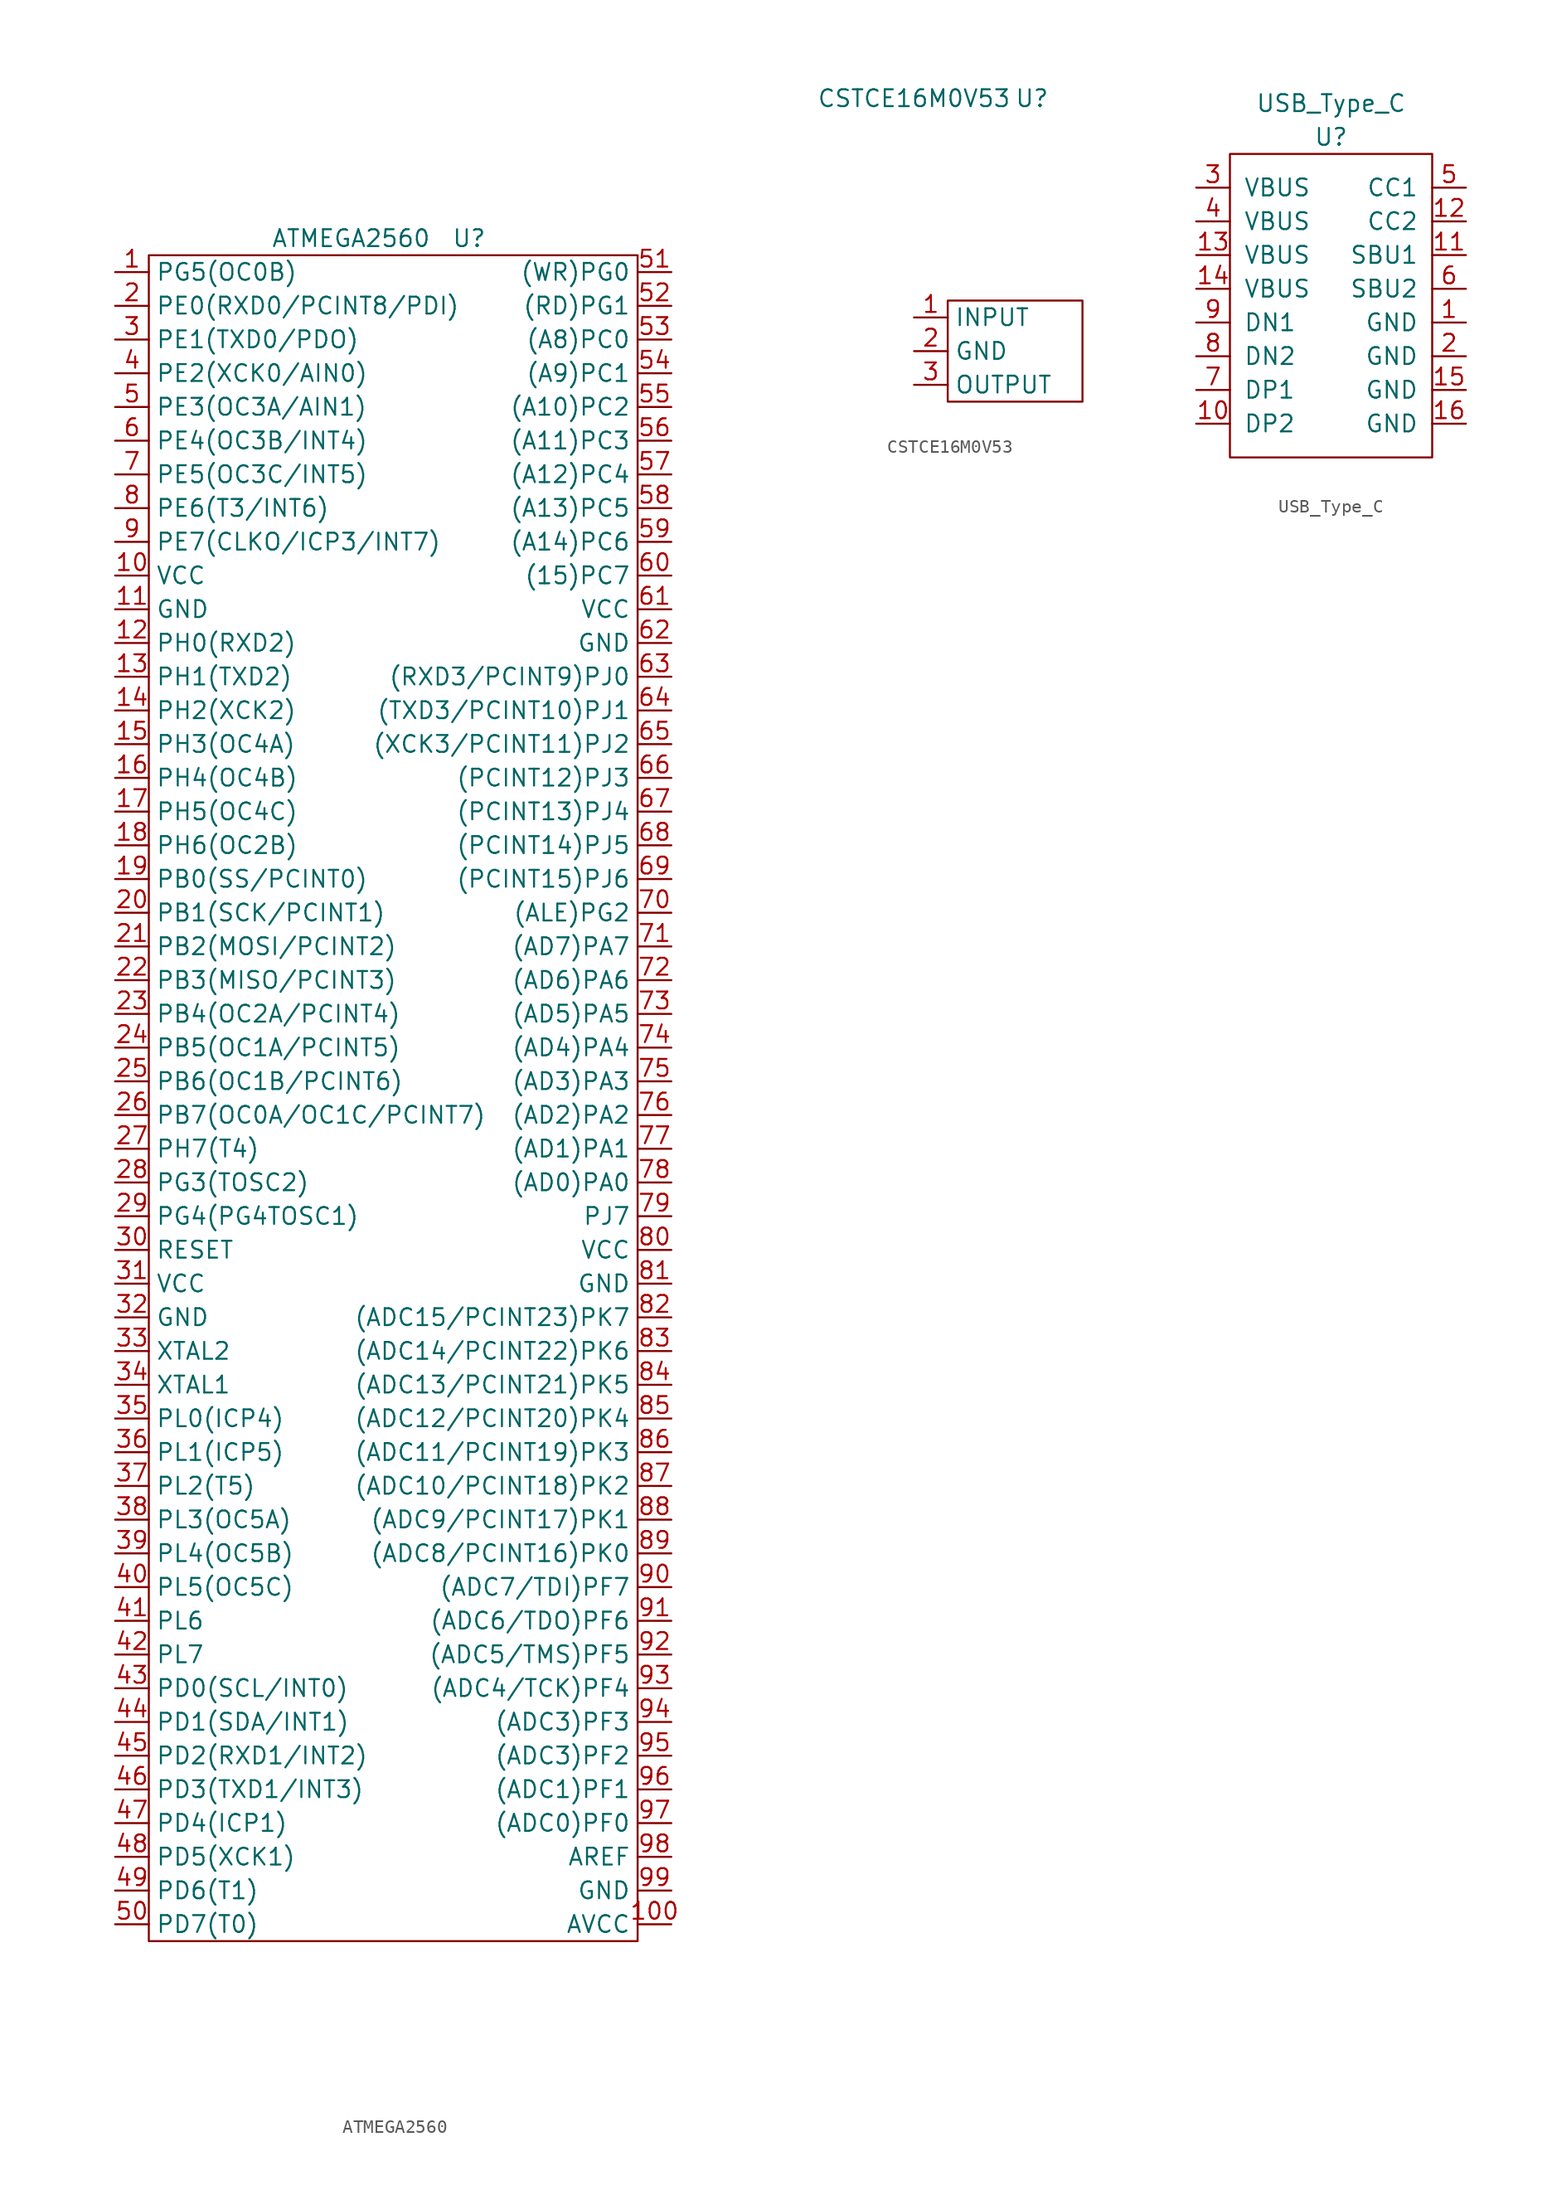
<source format=kicad_sym>
(kicad_symbol_lib
  (version 20211014)
  (generator kicad_symbol_editor)
  (symbol "ATMEGA2560"
    (property "Reference" "U"
      (at 6.35 64.77 0)
      (effects (font (size 1.27 1.27))))
    (property "Value" "ATMEGA2560"
      (at -2.54 64.77 0)
      (effects (font (size 1.27 1.27))))
    (symbol "ATMEGA2560_0_1"
      (rectangle (start -17.78 63.5) (end 19.05 -63.5) (stroke (width 0.152) (type default) (color 0 0 0 0)) (fill (type none))))
    (symbol "ATMEGA2560_1_1"
      (pin passive line (at -20.32 62.23 0) (length 2.54) (name "PG5(OC0B)" (effects (font (size 1.27 1.27)))) (number "1" (effects (font (size 1.27 1.27)))))
      (pin passive line (at -20.32 39.37 0) (length 2.54) (name "VCC" (effects (font (size 1.27 1.27)))) (number "10" (effects (font (size 1.27 1.27)))))
      (pin passive line (at 21.59 -62.23 180) (length 2.54) (name "AVCC" (effects (font (size 1.27 1.27)))) (number "100" (effects (font (size 1.27 1.27)))))
      (pin passive line (at -20.32 36.83 0) (length 2.54) (name "GND" (effects (font (size 1.27 1.27)))) (number "11" (effects (font (size 1.27 1.27)))))
      (pin passive line (at -20.32 34.29 0) (length 2.54) (name "PH0(RXD2)" (effects (font (size 1.27 1.27)))) (number "12" (effects (font (size 1.27 1.27)))))
      (pin passive line (at -20.32 31.75 0) (length 2.54) (name "PH1(TXD2)" (effects (font (size 1.27 1.27)))) (number "13" (effects (font (size 1.27 1.27)))))
      (pin passive line (at -20.32 29.21 0) (length 2.54) (name "PH2(XCK2)" (effects (font (size 1.27 1.27)))) (number "14" (effects (font (size 1.27 1.27)))))
      (pin passive line (at -20.32 26.67 0) (length 2.54) (name "PH3(OC4A)" (effects (font (size 1.27 1.27)))) (number "15" (effects (font (size 1.27 1.27)))))
      (pin passive line (at -20.32 24.13 0) (length 2.54) (name "PH4(OC4B)" (effects (font (size 1.27 1.27)))) (number "16" (effects (font (size 1.27 1.27)))))
      (pin passive line (at -20.32 21.59 0) (length 2.54) (name "PH5(OC4C)" (effects (font (size 1.27 1.27)))) (number "17" (effects (font (size 1.27 1.27)))))
      (pin passive line (at -20.32 19.05 0) (length 2.54) (name "PH6(OC2B)" (effects (font (size 1.27 1.27)))) (number "18" (effects (font (size 1.27 1.27)))))
      (pin passive line (at -20.32 16.51 0) (length 2.54) (name "PB0(SS/PCINT0)" (effects (font (size 1.27 1.27)))) (number "19" (effects (font (size 1.27 1.27)))))
      (pin passive line (at -20.32 59.69 0) (length 2.54) (name "PE0(RXD0/PCINT8/PDI)" (effects (font (size 1.27 1.27)))) (number "2" (effects (font (size 1.27 1.27)))))
      (pin passive line (at -20.32 13.97 0) (length 2.54) (name "PB1(SCK/PCINT1)" (effects (font (size 1.27 1.27)))) (number "20" (effects (font (size 1.27 1.27)))))
      (pin passive line (at -20.32 11.43 0) (length 2.54) (name "PB2(MOSI/PCINT2)" (effects (font (size 1.27 1.27)))) (number "21" (effects (font (size 1.27 1.27)))))
      (pin passive line (at -20.32 8.89 0) (length 2.54) (name "PB3(MISO/PCINT3)" (effects (font (size 1.27 1.27)))) (number "22" (effects (font (size 1.27 1.27)))))
      (pin passive line (at -20.32 6.35 0) (length 2.54) (name "PB4(OC2A/PCINT4)" (effects (font (size 1.27 1.27)))) (number "23" (effects (font (size 1.27 1.27)))))
      (pin passive line (at -20.32 3.81 0) (length 2.54) (name "PB5(OC1A/PCINT5)" (effects (font (size 1.27 1.27)))) (number "24" (effects (font (size 1.27 1.27)))))
      (pin passive line (at -20.32 1.27 0) (length 2.54) (name "PB6(OC1B/PCINT6)" (effects (font (size 1.27 1.27)))) (number "25" (effects (font (size 1.27 1.27)))))
      (pin passive line (at -20.32 -1.27 0) (length 2.54) (name "PB7(OC0A/OC1C/PCINT7)" (effects (font (size 1.27 1.27)))) (number "26" (effects (font (size 1.27 1.27)))))
      (pin passive line (at -20.32 -3.81 0) (length 2.54) (name "PH7(T4)" (effects (font (size 1.27 1.27)))) (number "27" (effects (font (size 1.27 1.27)))))
      (pin passive line (at -20.32 -6.35 0) (length 2.54) (name "PG3(TOSC2)" (effects (font (size 1.27 1.27)))) (number "28" (effects (font (size 1.27 1.27)))))
      (pin passive line (at -20.32 -8.89 0) (length 2.54) (name "PG4(PG4TOSC1)" (effects (font (size 1.27 1.27)))) (number "29" (effects (font (size 1.27 1.27)))))
      (pin passive line (at -20.32 57.15 0) (length 2.54) (name "PE1(TXD0/PDO)" (effects (font (size 1.27 1.27)))) (number "3" (effects (font (size 1.27 1.27)))))
      (pin passive line (at -20.32 -11.43 0) (length 2.54) (name "RESET" (effects (font (size 1.27 1.27)))) (number "30" (effects (font (size 1.27 1.27)))))
      (pin passive line (at -20.32 -13.97 0) (length 2.54) (name "VCC" (effects (font (size 1.27 1.27)))) (number "31" (effects (font (size 1.27 1.27)))))
      (pin passive line (at -20.32 -16.51 0) (length 2.54) (name "GND" (effects (font (size 1.27 1.27)))) (number "32" (effects (font (size 1.27 1.27)))))
      (pin passive line (at -20.32 -19.05 0) (length 2.54) (name "XTAL2" (effects (font (size 1.27 1.27)))) (number "33" (effects (font (size 1.27 1.27)))))
      (pin passive line (at -20.32 -21.59 0) (length 2.54) (name "XTAL1" (effects (font (size 1.27 1.27)))) (number "34" (effects (font (size 1.27 1.27)))))
      (pin passive line (at -20.32 -24.13 0) (length 2.54) (name "PL0(ICP4)" (effects (font (size 1.27 1.27)))) (number "35" (effects (font (size 1.27 1.27)))))
      (pin passive line (at -20.32 -26.67 0) (length 2.54) (name "PL1(ICP5)" (effects (font (size 1.27 1.27)))) (number "36" (effects (font (size 1.27 1.27)))))
      (pin passive line (at -20.32 -29.21 0) (length 2.54) (name "PL2(T5)" (effects (font (size 1.27 1.27)))) (number "37" (effects (font (size 1.27 1.27)))))
      (pin passive line (at -20.32 -31.75 0) (length 2.54) (name "PL3(OC5A)" (effects (font (size 1.27 1.27)))) (number "38" (effects (font (size 1.27 1.27)))))
      (pin passive line (at -20.32 -34.29 0) (length 2.54) (name "PL4(OC5B)" (effects (font (size 1.27 1.27)))) (number "39" (effects (font (size 1.27 1.27)))))
      (pin passive line (at -20.32 54.61 0) (length 2.54) (name "PE2(XCK0/AIN0)" (effects (font (size 1.27 1.27)))) (number "4" (effects (font (size 1.27 1.27)))))
      (pin passive line (at -20.32 -36.83 0) (length 2.54) (name "PL5(OC5C)" (effects (font (size 1.27 1.27)))) (number "40" (effects (font (size 1.27 1.27)))))
      (pin passive line (at -20.32 -39.37 0) (length 2.54) (name "PL6" (effects (font (size 1.27 1.27)))) (number "41" (effects (font (size 1.27 1.27)))))
      (pin passive line (at -20.32 -41.91 0) (length 2.54) (name "PL7" (effects (font (size 1.27 1.27)))) (number "42" (effects (font (size 1.27 1.27)))))
      (pin passive line (at -20.32 -44.45 0) (length 2.54) (name "PD0(SCL/INT0)" (effects (font (size 1.27 1.27)))) (number "43" (effects (font (size 1.27 1.27)))))
      (pin passive line (at -20.32 -46.99 0) (length 2.54) (name "PD1(SDA/INT1)" (effects (font (size 1.27 1.27)))) (number "44" (effects (font (size 1.27 1.27)))))
      (pin passive line (at -20.32 -49.53 0) (length 2.54) (name "PD2(RXD1/INT2)" (effects (font (size 1.27 1.27)))) (number "45" (effects (font (size 1.27 1.27)))))
      (pin passive line (at -20.32 -52.07 0) (length 2.54) (name "PD3(TXD1/INT3)" (effects (font (size 1.27 1.27)))) (number "46" (effects (font (size 1.27 1.27)))))
      (pin passive line (at -20.32 -54.61 0) (length 2.54) (name "PD4(ICP1)" (effects (font (size 1.27 1.27)))) (number "47" (effects (font (size 1.27 1.27)))))
      (pin passive line (at -20.32 -57.15 0) (length 2.54) (name "PD5(XCK1)" (effects (font (size 1.27 1.27)))) (number "48" (effects (font (size 1.27 1.27)))))
      (pin passive line (at -20.32 -59.69 0) (length 2.54) (name "PD6(T1)" (effects (font (size 1.27 1.27)))) (number "49" (effects (font (size 1.27 1.27)))))
      (pin passive line (at -20.32 52.07 0) (length 2.54) (name "PE3(OC3A/AIN1)" (effects (font (size 1.27 1.27)))) (number "5" (effects (font (size 1.27 1.27)))))
      (pin passive line (at -20.32 -62.23 0) (length 2.54) (name "PD7(T0)" (effects (font (size 1.27 1.27)))) (number "50" (effects (font (size 1.27 1.27)))))
      (pin passive line (at 21.59 62.23 180) (length 2.54) (name "(WR)PG0" (effects (font (size 1.27 1.27)))) (number "51" (effects (font (size 1.27 1.27)))))
      (pin passive line (at 21.59 59.69 180) (length 2.54) (name "(RD)PG1" (effects (font (size 1.27 1.27)))) (number "52" (effects (font (size 1.27 1.27)))))
      (pin passive line (at 21.59 57.15 180) (length 2.54) (name "(A8)PC0" (effects (font (size 1.27 1.27)))) (number "53" (effects (font (size 1.27 1.27)))))
      (pin passive line (at 21.59 54.61 180) (length 2.54) (name "(A9)PC1" (effects (font (size 1.27 1.27)))) (number "54" (effects (font (size 1.27 1.27)))))
      (pin passive line (at 21.59 52.07 180) (length 2.54) (name "(A10)PC2" (effects (font (size 1.27 1.27)))) (number "55" (effects (font (size 1.27 1.27)))))
      (pin passive line (at 21.59 49.53 180) (length 2.54) (name "(A11)PC3" (effects (font (size 1.27 1.27)))) (number "56" (effects (font (size 1.27 1.27)))))
      (pin passive line (at 21.59 46.99 180) (length 2.54) (name "(A12)PC4" (effects (font (size 1.27 1.27)))) (number "57" (effects (font (size 1.27 1.27)))))
      (pin passive line (at 21.59 44.45 180) (length 2.54) (name "(A13)PC5" (effects (font (size 1.27 1.27)))) (number "58" (effects (font (size 1.27 1.27)))))
      (pin passive line (at 21.59 41.91 180) (length 2.54) (name "(A14)PC6" (effects (font (size 1.27 1.27)))) (number "59" (effects (font (size 1.27 1.27)))))
      (pin passive line (at -20.32 49.53 0) (length 2.54) (name "PE4(OC3B/INT4)" (effects (font (size 1.27 1.27)))) (number "6" (effects (font (size 1.27 1.27)))))
      (pin passive line (at 21.59 39.37 180) (length 2.54) (name "(15)PC7" (effects (font (size 1.27 1.27)))) (number "60" (effects (font (size 1.27 1.27)))))
      (pin passive line (at 21.59 36.83 180) (length 2.54) (name "VCC" (effects (font (size 1.27 1.27)))) (number "61" (effects (font (size 1.27 1.27)))))
      (pin passive line (at 21.59 34.29 180) (length 2.54) (name "GND" (effects (font (size 1.27 1.27)))) (number "62" (effects (font (size 1.27 1.27)))))
      (pin passive line (at 21.59 31.75 180) (length 2.54) (name "(RXD3/PCINT9)PJ0" (effects (font (size 1.27 1.27)))) (number "63" (effects (font (size 1.27 1.27)))))
      (pin passive line (at 21.59 29.21 180) (length 2.54) (name "(TXD3/PCINT10)PJ1" (effects (font (size 1.27 1.27)))) (number "64" (effects (font (size 1.27 1.27)))))
      (pin passive line (at 21.59 26.67 180) (length 2.54) (name "(XCK3/PCINT11)PJ2" (effects (font (size 1.27 1.27)))) (number "65" (effects (font (size 1.27 1.27)))))
      (pin passive line (at 21.59 24.13 180) (length 2.54) (name "(PCINT12)PJ3" (effects (font (size 1.27 1.27)))) (number "66" (effects (font (size 1.27 1.27)))))
      (pin passive line (at 21.59 21.59 180) (length 2.54) (name "(PCINT13)PJ4" (effects (font (size 1.27 1.27)))) (number "67" (effects (font (size 1.27 1.27)))))
      (pin passive line (at 21.59 19.05 180) (length 2.54) (name "(PCINT14)PJ5" (effects (font (size 1.27 1.27)))) (number "68" (effects (font (size 1.27 1.27)))))
      (pin passive line (at 21.59 16.51 180) (length 2.54) (name "(PCINT15)PJ6" (effects (font (size 1.27 1.27)))) (number "69" (effects (font (size 1.27 1.27)))))
      (pin passive line (at -20.32 46.99 0) (length 2.54) (name "PE5(OC3C/INT5)" (effects (font (size 1.27 1.27)))) (number "7" (effects (font (size 1.27 1.27)))))
      (pin passive line (at 21.59 13.97 180) (length 2.54) (name "(ALE)PG2" (effects (font (size 1.27 1.27)))) (number "70" (effects (font (size 1.27 1.27)))))
      (pin passive line (at 21.59 11.43 180) (length 2.54) (name "(AD7)PA7" (effects (font (size 1.27 1.27)))) (number "71" (effects (font (size 1.27 1.27)))))
      (pin passive line (at 21.59 8.89 180) (length 2.54) (name "(AD6)PA6" (effects (font (size 1.27 1.27)))) (number "72" (effects (font (size 1.27 1.27)))))
      (pin passive line (at 21.59 6.35 180) (length 2.54) (name "(AD5)PA5" (effects (font (size 1.27 1.27)))) (number "73" (effects (font (size 1.27 1.27)))))
      (pin passive line (at 21.59 3.81 180) (length 2.54) (name "(AD4)PA4" (effects (font (size 1.27 1.27)))) (number "74" (effects (font (size 1.27 1.27)))))
      (pin passive line (at 21.59 1.27 180) (length 2.54) (name "(AD3)PA3" (effects (font (size 1.27 1.27)))) (number "75" (effects (font (size 1.27 1.27)))))
      (pin passive line (at 21.59 -1.27 180) (length 2.54) (name "(AD2)PA2" (effects (font (size 1.27 1.27)))) (number "76" (effects (font (size 1.27 1.27)))))
      (pin passive line (at 21.59 -3.81 180) (length 2.54) (name "(AD1)PA1" (effects (font (size 1.27 1.27)))) (number "77" (effects (font (size 1.27 1.27)))))
      (pin passive line (at 21.59 -6.35 180) (length 2.54) (name "(AD0)PA0" (effects (font (size 1.27 1.27)))) (number "78" (effects (font (size 1.27 1.27)))))
      (pin passive line (at 21.59 -8.89 180) (length 2.54) (name "PJ7" (effects (font (size 1.27 1.27)))) (number "79" (effects (font (size 1.27 1.27)))))
      (pin passive line (at -20.32 44.45 0) (length 2.54) (name "PE6(T3/INT6)" (effects (font (size 1.27 1.27)))) (number "8" (effects (font (size 1.27 1.27)))))
      (pin passive line (at 21.59 -11.43 180) (length 2.54) (name "VCC" (effects (font (size 1.27 1.27)))) (number "80" (effects (font (size 1.27 1.27)))))
      (pin passive line (at 21.59 -13.97 180) (length 2.54) (name "GND" (effects (font (size 1.27 1.27)))) (number "81" (effects (font (size 1.27 1.27)))))
      (pin passive line (at 21.59 -16.51 180) (length 2.54) (name "(ADC15/PCINT23)PK7" (effects (font (size 1.27 1.27)))) (number "82" (effects (font (size 1.27 1.27)))))
      (pin passive line (at 21.59 -19.05 180) (length 2.54) (name "(ADC14/PCINT22)PK6" (effects (font (size 1.27 1.27)))) (number "83" (effects (font (size 1.27 1.27)))))
      (pin passive line (at 21.59 -21.59 180) (length 2.54) (name "(ADC13/PCINT21)PK5" (effects (font (size 1.27 1.27)))) (number "84" (effects (font (size 1.27 1.27)))))
      (pin passive line (at 21.59 -24.13 180) (length 2.54) (name "(ADC12/PCINT20)PK4" (effects (font (size 1.27 1.27)))) (number "85" (effects (font (size 1.27 1.27)))))
      (pin passive line (at 21.59 -26.67 180) (length 2.54) (name "(ADC11/PCINT19)PK3" (effects (font (size 1.27 1.27)))) (number "86" (effects (font (size 1.27 1.27)))))
      (pin passive line (at 21.59 -29.21 180) (length 2.54) (name "(ADC10/PCINT18)PK2" (effects (font (size 1.27 1.27)))) (number "87" (effects (font (size 1.27 1.27)))))
      (pin passive line (at 21.59 -31.75 180) (length 2.54) (name "(ADC9/PCINT17)PK1" (effects (font (size 1.27 1.27)))) (number "88" (effects (font (size 1.27 1.27)))))
      (pin passive line (at 21.59 -34.29 180) (length 2.54) (name "(ADC8/PCINT16)PK0" (effects (font (size 1.27 1.27)))) (number "89" (effects (font (size 1.27 1.27)))))
      (pin passive line (at -20.32 41.91 0) (length 2.54) (name "PE7(CLKO/ICP3/INT7)" (effects (font (size 1.27 1.27)))) (number "9" (effects (font (size 1.27 1.27)))))
      (pin passive line (at 21.59 -36.83 180) (length 2.54) (name "(ADC7/TDI)PF7" (effects (font (size 1.27 1.27)))) (number "90" (effects (font (size 1.27 1.27)))))
      (pin passive line (at 21.59 -39.37 180) (length 2.54) (name "(ADC6/TDO)PF6" (effects (font (size 1.27 1.27)))) (number "91" (effects (font (size 1.27 1.27)))))
      (pin passive line (at 21.59 -41.91 180) (length 2.54) (name "(ADC5/TMS)PF5" (effects (font (size 1.27 1.27)))) (number "92" (effects (font (size 1.27 1.27)))))
      (pin passive line (at 21.59 -44.45 180) (length 2.54) (name "(ADC4/TCK)PF4" (effects (font (size 1.27 1.27)))) (number "93" (effects (font (size 1.27 1.27)))))
      (pin passive line (at 21.59 -46.99 180) (length 2.54) (name "(ADC3)PF3" (effects (font (size 1.27 1.27)))) (number "94" (effects (font (size 1.27 1.27)))))
      (pin passive line (at 21.59 -49.53 180) (length 2.54) (name "(ADC3)PF2" (effects (font (size 1.27 1.27)))) (number "95" (effects (font (size 1.27 1.27)))))
      (pin passive line (at 21.59 -52.07 180) (length 2.54) (name "(ADC1)PF1" (effects (font (size 1.27 1.27)))) (number "96" (effects (font (size 1.27 1.27)))))
      (pin passive line (at 21.59 -54.61 180) (length 2.54) (name "(ADC0)PF0" (effects (font (size 1.27 1.27)))) (number "97" (effects (font (size 1.27 1.27)))))
      (pin passive line (at 21.59 -57.15 180) (length 2.54) (name "AREF" (effects (font (size 1.27 1.27)))) (number "98" (effects (font (size 1.27 1.27)))))
      (pin passive line (at 21.59 -59.69 180) (length 2.54) (name "GND" (effects (font (size 1.27 1.27)))) (number "99" (effects (font (size 1.27 1.27)))))))
  (symbol "CSTCE16M0V53"
    (property "Reference" "U"
      (at 8.89 11.43 0)
      (effects (font (size 1.27 1.27))))
    (property "Value" "CSTCE16M0V53"
      (at 0 11.43 0)
      (effects (font (size 1.27 1.27))))
    (symbol "CSTCE16M0V53_0_1"
      (rectangle (start 2.54 -3.81) (end 12.7 -11.43) (stroke (width 0.152) (type default) (color 0 0 0 0)) (fill (type none))))
    (symbol "CSTCE16M0V53_1_1"
      (pin passive line (at 0 -5.08 0) (length 2.54) (name "INPUT" (effects (font (size 1.27 1.27)))) (number "1" (effects (font (size 1.27 1.27)))))
      (pin passive line (at 0 -7.62 0) (length 2.54) (name "GND" (effects (font (size 1.27 1.27)))) (number "2" (effects (font (size 1.27 1.27)))))
      (pin passive line (at 0 -10.16 0) (length 2.54) (name "OUTPUT" (effects (font (size 1.27 1.27)))) (number "3" (effects (font (size 1.27 1.27)))))))
  (symbol "USB_Type_C"
    (pin_names
      (offset 1.016))
    (property "Reference" "U"
      (at 0 12.7 0)
      (effects (font (size 1.27 1.27))))
    (property "Value" "USB_Type_C"
      (at 0 15.24 0)
      (effects (font (size 1.27 1.27))))
    (symbol "USB_Type_C_0_1"
      (rectangle (start -7.62 11.43) (end 7.62 -11.43) (stroke (width 0) (type default) (color 0 0 0 0)) (fill (type none))))
    (symbol "USB_Type_C_1_1"
      (pin passive line (at 10.16 -1.27 180) (length 2.54) (name "GND" (effects (font (size 1.27 1.27)))) (number "1" (effects (font (size 1.27 1.27)))))
      (pin passive line (at -10.16 -8.89 0) (length 2.54) (name "DP2" (effects (font (size 1.27 1.27)))) (number "10" (effects (font (size 1.27 1.27)))))
      (pin passive line (at 10.16 3.81 180) (length 2.54) (name "SBU1" (effects (font (size 1.27 1.27)))) (number "11" (effects (font (size 1.27 1.27)))))
      (pin passive line (at 10.16 6.35 180) (length 2.54) (name "CC2" (effects (font (size 1.27 1.27)))) (number "12" (effects (font (size 1.27 1.27)))))
      (pin passive line (at -10.16 3.81 0) (length 2.54) (name "VBUS" (effects (font (size 1.27 1.27)))) (number "13" (effects (font (size 1.27 1.27)))))
      (pin passive line (at -10.16 1.27 0) (length 2.54) (name "VBUS" (effects (font (size 1.27 1.27)))) (number "14" (effects (font (size 1.27 1.27)))))
      (pin passive line (at 10.16 -6.35 180) (length 2.54) (name "GND" (effects (font (size 1.27 1.27)))) (number "15" (effects (font (size 1.27 1.27)))))
      (pin passive line (at 10.16 -8.89 180) (length 2.54) (name "GND" (effects (font (size 1.27 1.27)))) (number "16" (effects (font (size 1.27 1.27)))))
      (pin passive line (at 10.16 -3.81 180) (length 2.54) (name "GND" (effects (font (size 1.27 1.27)))) (number "2" (effects (font (size 1.27 1.27)))))
      (pin passive line (at -10.16 8.89 0) (length 2.54) (name "VBUS" (effects (font (size 1.27 1.27)))) (number "3" (effects (font (size 1.27 1.27)))))
      (pin passive line (at -10.16 6.35 0) (length 2.54) (name "VBUS" (effects (font (size 1.27 1.27)))) (number "4" (effects (font (size 1.27 1.27)))))
      (pin passive line (at 10.16 8.89 180) (length 2.54) (name "CC1" (effects (font (size 1.27 1.27)))) (number "5" (effects (font (size 1.27 1.27)))))
      (pin passive line (at 10.16 1.27 180) (length 2.54) (name "SBU2" (effects (font (size 1.27 1.27)))) (number "6" (effects (font (size 1.27 1.27)))))
      (pin passive line (at -10.16 -6.35 0) (length 2.54) (name "DP1" (effects (font (size 1.27 1.27)))) (number "7" (effects (font (size 1.27 1.27)))))
      (pin passive line (at -10.16 -3.81 0) (length 2.54) (name "DN2" (effects (font (size 1.27 1.27)))) (number "8" (effects (font (size 1.27 1.27)))))
      (pin passive line (at -10.16 -1.27 0) (length 2.54) (name "DN1" (effects (font (size 1.27 1.27)))) (number "9" (effects (font (size 1.27 1.27))))))))
</source>
